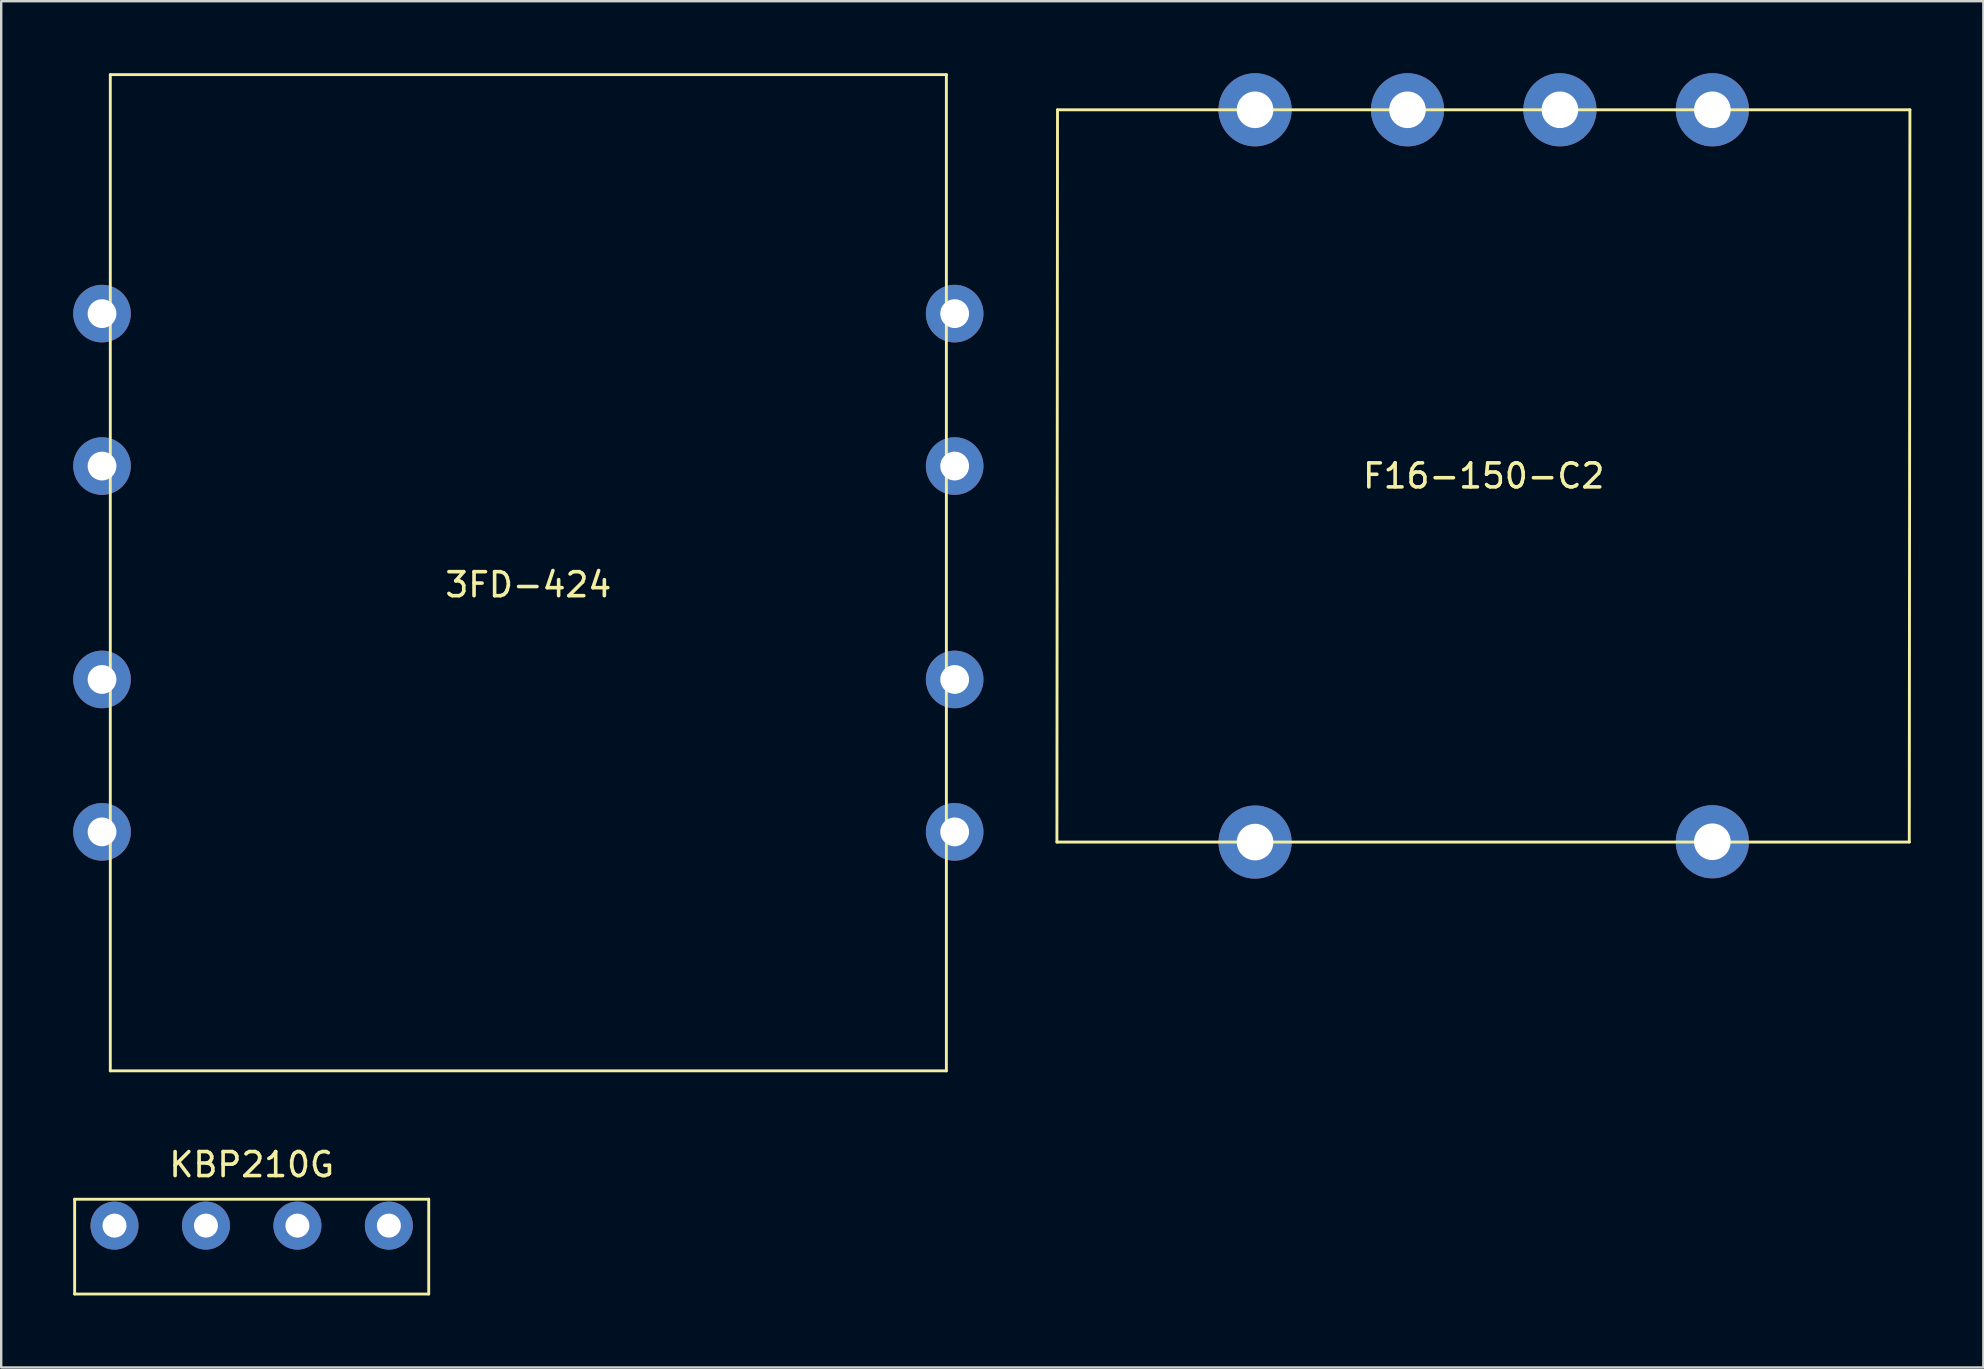
<source format=kicad_pcb>
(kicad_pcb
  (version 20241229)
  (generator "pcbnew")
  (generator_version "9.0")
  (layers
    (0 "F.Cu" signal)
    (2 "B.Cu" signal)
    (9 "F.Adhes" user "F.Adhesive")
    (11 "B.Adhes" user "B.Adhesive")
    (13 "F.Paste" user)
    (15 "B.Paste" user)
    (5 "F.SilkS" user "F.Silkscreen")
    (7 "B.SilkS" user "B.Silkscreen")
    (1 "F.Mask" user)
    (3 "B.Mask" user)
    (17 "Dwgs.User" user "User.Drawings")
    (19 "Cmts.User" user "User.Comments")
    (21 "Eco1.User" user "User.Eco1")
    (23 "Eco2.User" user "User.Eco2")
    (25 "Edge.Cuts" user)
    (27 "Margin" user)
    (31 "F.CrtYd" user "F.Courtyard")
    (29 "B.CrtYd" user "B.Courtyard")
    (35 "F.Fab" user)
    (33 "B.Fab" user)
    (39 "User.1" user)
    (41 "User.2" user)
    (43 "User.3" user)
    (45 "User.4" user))
  (footprint "F16-150-C2"
    (layer "F.Cu")
    (at 58.76 16.777)
    (property "Reference" "F16-150-C2" (at 0 0 0) (layer "F.SilkS") (effects (font (size 1 1) (thickness 0.15))))
    (attr through_hole)
    (fp_line (start -17.78 15.253) (end 17.729 15.253) (stroke (width 0.12) (type solid)) (layer "F.SilkS"))
    (fp_line (start -17.755 -15.253) (end -17.78 15.253) (stroke (width 0.12) (type solid)) (layer "F.SilkS"))
    (fp_line (start -17.755 -15.253) (end 17.755 -15.253) (stroke (width 0.12) (type solid)) (layer "F.SilkS"))
    (fp_line (start 17.729 15.253) (end 17.755 -15.253) (stroke (width 0.12) (type solid)) (layer "F.SilkS"))
    (pad "1" thru_hole circle (at -9.525 15.253) (size 3.048 3.048) (drill 1.524) (layers "*.Cu" "*.Mask"))
    (pad "4" thru_hole circle (at 9.525 15.24) (size 3.048 3.048) (drill 1.524) (layers "*.Cu" "*.Mask"))
    (pad "5" thru_hole circle (at -9.525 -15.253) (size 3.048 3.048) (drill 1.524) (layers "*.Cu" "*.Mask"))
    (pad "6" thru_hole circle (at -3.175 -15.253) (size 3.048 3.048) (drill 1.524) (layers "*.Cu" "*.Mask"))
    (pad "7" thru_hole circle (at 3.175 -15.253) (size 3.048 3.048) (drill 1.524) (layers "*.Cu" "*.Mask"))
    (pad "8" thru_hole circle (at 9.525 -15.253) (size 3.048 3.048) (drill 1.524) (layers "*.Cu" "*.Mask")))
  (footprint "KBP210G"
    (layer "F.Cu")
    (at 7.435 48.008)
    (property "Reference" "KBP210G" (at 0 -2.54 0) (layer "F.SilkS") (effects (font (size 1 1) (thickness 0.15))))
    (attr through_hole)
    (fp_line (start -7.375 -1.1) (end -7.375 2.85) (stroke (width 0.12) (type solid)) (layer "F.SilkS"))
    (fp_line (start -7.375 -1.1) (end 7.375 -1.1) (stroke (width 0.12) (type solid)) (layer "F.SilkS"))
    (fp_line (start 7.375 -1.1) (end 7.375 2.85) (stroke (width 0.12) (type solid)) (layer "F.SilkS"))
    (fp_line (start 7.375 2.85) (end -7.375 2.85) (stroke (width 0.12) (type solid)) (layer "F.SilkS"))
    (pad "1" thru_hole circle (at -5.715 0) (size 2 2) (drill 1) (layers "*.Cu" "*.Mask"))
    (pad "2" thru_hole circle (at -1.905 0) (size 2 2) (drill 1) (layers "*.Cu" "*.Mask"))
    (pad "3" thru_hole circle (at 1.905 0) (size 2 2) (drill 1) (layers "*.Cu" "*.Mask"))
    (pad "4" thru_hole circle (at 5.715 0) (size 2 2) (drill 1) (layers "*.Cu" "*.Mask")))
  (footprint "3FD-424"
    (layer "F.Cu")
    (at 18.96 20.81)
    (property "Reference" "3FD-424" (at 0 0.5 0) (layer "F.SilkS") (effects (font (size 1 1) (thickness 0.15))))
    (attr through_hole)
    (fp_line (start -17.415 -20.75) (end -17.415 20.75) (stroke (width 0.12) (type solid)) (layer "F.SilkS"))
    (fp_line (start -17.415 20.75) (end 17.415 20.75) (stroke (width 0.12) (type solid)) (layer "F.SilkS"))
    (fp_line (start 17.415 -20.75) (end -17.415 -20.75) (stroke (width 0.12) (type solid)) (layer "F.SilkS"))
    (fp_line (start 17.415 -20.75) (end 17.415 20.75) (stroke (width 0.12) (type solid)) (layer "F.SilkS"))
    (pad "1" thru_hole circle (at -17.76 -10.795) (size 2.4 2.4) (drill 1.2) (layers "*.Cu" "*.Mask"))
    (pad "2" thru_hole circle (at -17.76 -4.445) (size 2.4 2.4) (drill 1.2) (layers "*.Cu" "*.Mask"))
    (pad "3" thru_hole circle (at -17.76 4.445) (size 2.4 2.4) (drill 1.2) (layers "*.Cu" "*.Mask"))
    (pad "4" thru_hole circle (at -17.76 10.795) (size 2.4 2.4) (drill 1.2) (layers "*.Cu" "*.Mask"))
    (pad "5" thru_hole circle (at 17.76 -10.795) (size 2.4 2.4) (drill 1.2) (layers "*.Cu" "*.Mask"))
    (pad "6" thru_hole circle (at 17.76 -4.445) (size 2.4 2.4) (drill 1.2) (layers "*.Cu" "*.Mask"))
    (pad "7" thru_hole circle (at 17.76 4.445) (size 2.4 2.4) (drill 1.2) (layers "*.Cu" "*.Mask"))
    (pad "8" thru_hole circle (at 17.76 10.795) (size 2.4 2.4) (drill 1.2) (layers "*.Cu" "*.Mask")))
  (gr_rect
    (start -3 -3)
    (end 79.575 53.918)
    (stroke (width 0.1) (type default))
    (fill no)
    (layer "Edge.Cuts")))
</source>
